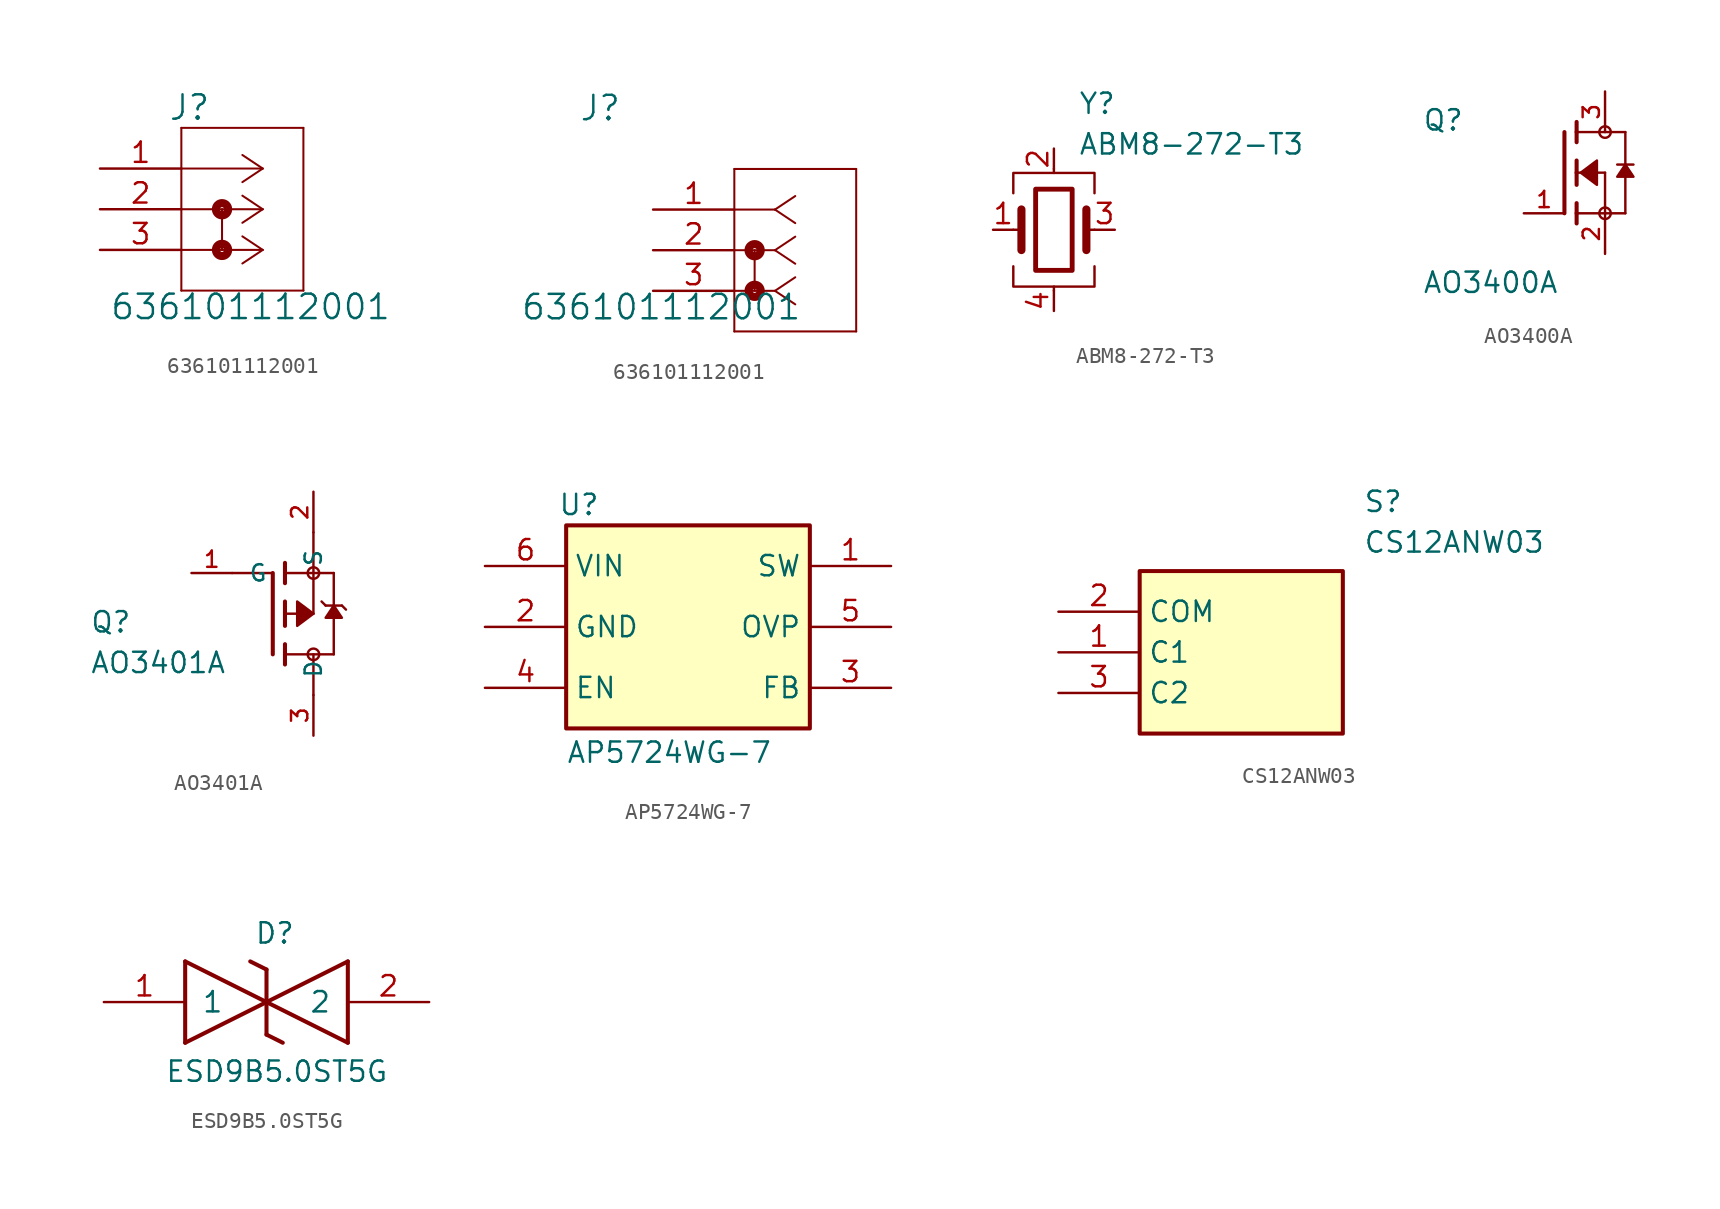
<source format=kicad_sym>
(kicad_symbol_lib
  (version 20241209)
  (generator "kicad_symbol_editor")
  (generator_version "9.0")
  (symbol "636101112001"
    (pin_names
      (offset 0.254)
      (hide yes))
    (property "Reference" "J"
      (at -3.302 6.35 0)
      (effects (font (size 1.524 1.524))))
    (property "Value" "636101112001"
      (at 0.508 -6.096 0)
      (effects (font (size 1.524 1.524))))
    (symbol "636101112001_1_1"
      (polyline (pts (xy -3.81 5.08) (xy -3.81 -5.08)) (stroke (width 0.127) (type default)) (fill (type none)))
      (polyline (pts (xy -3.81 -5.08) (xy 3.81 -5.08)) (stroke (width 0.127) (type default)) (fill (type none)))
      (circle (center -1.27 0) (radius 0.127) (stroke (width 0.508) (type default)) (fill (type none)))
      (polyline (pts (xy -1.27 0) (xy -1.27 -2.54)) (stroke (width 0.127) (type default)) (fill (type none)))
      (circle (center -1.27 -2.54) (radius 0.127) (stroke (width 0.508) (type default)) (fill (type none)))
      (polyline (pts (xy 1.27 2.54) (xy -3.81 2.54)) (stroke (width 0.127) (type default)) (fill (type none)))
      (polyline (pts (xy 1.27 2.54) (xy 0 3.387)) (stroke (width 0.127) (type default)) (fill (type none)))
      (polyline (pts (xy 1.27 2.54) (xy 0 1.693)) (stroke (width 0.127) (type default)) (fill (type none)))
      (polyline (pts (xy 1.27 0) (xy -3.81 0)) (stroke (width 0.127) (type default)) (fill (type none)))
      (polyline (pts (xy 1.27 0) (xy 0 0.847)) (stroke (width 0.127) (type default)) (fill (type none)))
      (polyline (pts (xy 1.27 0) (xy 0 -0.847)) (stroke (width 0.127) (type default)) (fill (type none)))
      (polyline (pts (xy 1.27 -2.54) (xy -3.81 -2.54)) (stroke (width 0.127) (type default)) (fill (type none)))
      (polyline (pts (xy 1.27 -2.54) (xy 0 -1.693)) (stroke (width 0.127) (type default)) (fill (type none)))
      (polyline (pts (xy 1.27 -2.54) (xy 0 -3.387)) (stroke (width 0.127) (type default)) (fill (type none)))
      (polyline (pts (xy 3.81 5.08) (xy -3.81 5.08)) (stroke (width 0.127) (type default)) (fill (type none)))
      (polyline (pts (xy 3.81 -5.08) (xy 3.81 5.08)) (stroke (width 0.127) (type default)) (fill (type none)))
      (pin passive line (at -8.89 2.54 0) (length 5.08) (name "SIGNAL" (effects (font (size 1.27 1.27)))) (number "1" (effects (font (size 1.27 1.27)))))
      (pin passive line (at -8.89 0 0) (length 5.08) (name "GND" (effects (font (size 1.27 1.27)))) (number "2" (effects (font (size 1.27 1.27)))))
      (pin passive line (at -8.89 -2.54 0) (length 5.08) (name "GND" (effects (font (size 1.27 1.27)))) (number "3" (effects (font (size 1.27 1.27))))))
    (symbol "636101112001_1_2"
      (polyline (pts (xy 5.08 2.54) (xy 5.08 -7.62)) (stroke (width 0.127) (type default)) (fill (type none)))
      (polyline (pts (xy 5.08 -7.62) (xy 12.7 -7.62)) (stroke (width 0.127) (type default)) (fill (type none)))
      (polyline (pts (xy 6.35 -2.54) (xy 6.35 -5.08)) (stroke (width 0.127) (type default)) (fill (type none)))
      (circle (center 6.35 -2.54) (radius 0.127) (stroke (width 0.508) (type default)) (fill (type none)))
      (circle (center 6.35 -5.08) (radius 0.127) (stroke (width 0.508) (type default)) (fill (type none)))
      (polyline (pts (xy 7.62 0) (xy 5.08 0)) (stroke (width 0.127) (type default)) (fill (type none)))
      (polyline (pts (xy 7.62 0) (xy 8.89 0.847)) (stroke (width 0.127) (type default)) (fill (type none)))
      (polyline (pts (xy 7.62 0) (xy 8.89 -0.847)) (stroke (width 0.127) (type default)) (fill (type none)))
      (polyline (pts (xy 7.62 -2.54) (xy 5.08 -2.54)) (stroke (width 0.127) (type default)) (fill (type none)))
      (polyline (pts (xy 7.62 -2.54) (xy 8.89 -1.693)) (stroke (width 0.127) (type default)) (fill (type none)))
      (polyline (pts (xy 7.62 -2.54) (xy 8.89 -3.387)) (stroke (width 0.127) (type default)) (fill (type none)))
      (polyline (pts (xy 7.62 -5.08) (xy 5.08 -5.08)) (stroke (width 0.127) (type default)) (fill (type none)))
      (polyline (pts (xy 7.62 -5.08) (xy 8.89 -4.233)) (stroke (width 0.127) (type default)) (fill (type none)))
      (polyline (pts (xy 7.62 -5.08) (xy 8.89 -5.927)) (stroke (width 0.127) (type default)) (fill (type none)))
      (polyline (pts (xy 12.7 2.54) (xy 5.08 2.54)) (stroke (width 0.127) (type default)) (fill (type none)))
      (polyline (pts (xy 12.7 -7.62) (xy 12.7 2.54)) (stroke (width 0.127) (type default)) (fill (type none)))
      (pin unspecified line (at 0 0 0) (length 5.08) (name "SIGNAL" (effects (font (size 1.27 1.27)))) (number "1" (effects (font (size 1.27 1.27)))))
      (pin unspecified line (at 0 -2.54 0) (length 5.08) (name "GND" (effects (font (size 1.27 1.27)))) (number "2" (effects (font (size 1.27 1.27)))))
      (pin unspecified line (at 0 -5.08 0) (length 5.08) (name "GND" (effects (font (size 1.27 1.27)))) (number "3" (effects (font (size 1.27 1.27)))))))
  (symbol "ABM8-272-T3"
    (pin_names
      (hide yes))
    (property "Reference" "Y"
      (at 1.524 8.636 0)
      (effects (font (size 1.27 1.27)) (justify left top)))
    (property "Value" "ABM8-272-T3"
      (at 1.524 6.096 0)
      (effects (font (size 1.27 1.27)) (justify left top)))
    (symbol "ABM8-272-T3_0_1"
      (polyline (pts (xy -2.54 2.286) (xy -2.54 3.556) (xy 2.54 3.556) (xy 2.54 2.286)) (stroke (width 0) (type default)) (fill (type none)))
      (polyline (pts (xy -2.54 0) (xy -2.032 0)) (stroke (width 0) (type default)) (fill (type none)))
      (polyline (pts (xy -2.54 -2.286) (xy -2.54 -3.556) (xy 2.54 -3.556) (xy 2.54 -2.286)) (stroke (width 0) (type default)) (fill (type none)))
      (polyline (pts (xy -2.032 -1.27) (xy -2.032 1.27)) (stroke (width 0.508) (type default)) (fill (type none)))
      (rectangle (start -1.143 2.54) (end 1.143 -2.54) (stroke (width 0.305) (type default)) (fill (type none)))
      (polyline (pts (xy 0 3.556) (xy 0 3.81)) (stroke (width 0) (type default)) (fill (type none)))
      (polyline (pts (xy 0 -3.81) (xy 0 -3.556)) (stroke (width 0) (type default)) (fill (type none)))
      (polyline (pts (xy 2.032 0) (xy 2.54 0)) (stroke (width 0) (type default)) (fill (type none)))
      (polyline (pts (xy 2.032 -1.27) (xy 2.032 1.27)) (stroke (width 0.508) (type default)) (fill (type none))))
    (symbol "ABM8-272-T3_1_1"
      (pin passive line (at -3.81 0 0) (length 1.27) (name "1" (effects (font (size 1.27 1.27)))) (number "1" (effects (font (size 1.27 1.27)))))
      (pin passive line (at 0 5.08 270) (length 1.27) (name "2" (effects (font (size 1.27 1.27)))) (number "2" (effects (font (size 1.27 1.27)))))
      (pin passive line (at 0 -5.08 90) (length 1.27) (name "4" (effects (font (size 1.27 1.27)))) (number "4" (effects (font (size 1.27 1.27)))))
      (pin passive line (at 3.81 0 180) (length 1.27) (name "3" (effects (font (size 1.27 1.27)))) (number "3" (effects (font (size 1.27 1.27)))))))
  (symbol "AO3400A"
    (pin_names
      (offset 1.016))
    (property "Reference" "Q"
      (at -8.89 2.54 0)
      (effects (font (size 1.27 1.27)) (justify left bottom)))
    (property "Value" "AO3400A"
      (at -8.89 -7.62 0)
      (effects (font (size 1.27 1.27)) (justify left bottom)))
    (symbol "AO3400A_0_0"
      (polyline (pts (xy 0 2.54) (xy 0 -2.54)) (stroke (width 0.254) (type default)) (fill (type none)))
      (polyline (pts (xy 0.762 3.175) (xy 0.762 2.54)) (stroke (width 0.254) (type default)) (fill (type none)))
      (polyline (pts (xy 0.762 2.54) (xy 0.762 1.905)) (stroke (width 0.254) (type default)) (fill (type none)))
      (polyline (pts (xy 0.762 2.54) (xy 3.81 2.54)) (stroke (width 0.152) (type default)) (fill (type none)))
      (polyline (pts (xy 0.762 0.762) (xy 0.762 0)) (stroke (width 0.254) (type default)) (fill (type none)))
      (polyline (pts (xy 0.762 0) (xy 0.762 -0.762)) (stroke (width 0.254) (type default)) (fill (type none)))
      (polyline (pts (xy 0.762 0) (xy 2.54 0)) (stroke (width 0.152) (type default)) (fill (type none)))
      (polyline (pts (xy 0.762 -1.905) (xy 0.762 -2.54)) (stroke (width 0.254) (type default)) (fill (type none)))
      (polyline (pts (xy 0.762 -2.54) (xy 0.762 -3.175)) (stroke (width 0.254) (type default)) (fill (type none)))
      (polyline (pts (xy 1.016 0) (xy 2.032 0.762) (xy 2.032 -0.762) (xy 1.016 0)) (stroke (width 0.152) (type default)) (fill (type outline)))
      (circle (center 2.54 2.54) (radius 0.359) (stroke (width 0) (type default)) (fill (type none)))
      (polyline (pts (xy 2.54 0) (xy 2.54 -2.54)) (stroke (width 0.152) (type default)) (fill (type none)))
      (polyline (pts (xy 2.54 -2.54) (xy 0.762 -2.54)) (stroke (width 0.152) (type default)) (fill (type none)))
      (polyline (pts (xy 2.54 -2.54) (xy 3.81 -2.54)) (stroke (width 0.152) (type default)) (fill (type none)))
      (circle (center 2.54 -2.54) (radius 0.359) (stroke (width 0) (type default)) (fill (type none)))
      (polyline (pts (xy 3.81 2.54) (xy 3.81 0.508)) (stroke (width 0.152) (type default)) (fill (type none)))
      (polyline (pts (xy 3.81 0.508) (xy 3.302 0.508)) (stroke (width 0.152) (type default)) (fill (type none)))
      (polyline (pts (xy 3.81 0.508) (xy 3.81 -2.54)) (stroke (width 0.152) (type default)) (fill (type none)))
      (polyline (pts (xy 3.81 0.508) (xy 3.302 -0.254) (xy 4.318 -0.254) (xy 3.81 0.508)) (stroke (width 0.152) (type default)) (fill (type outline)))
      (polyline (pts (xy 4.318 0.508) (xy 3.81 0.508)) (stroke (width 0.152) (type default)) (fill (type none)))
      (pin passive line (at -2.54 -2.54 0) (length 2.54) (name "~" (effects (font (size 1.016 1.016)))) (number "1" (effects (font (size 1.016 1.016)))))
      (pin passive line (at 2.54 5.08 270) (length 2.54) (name "~" (effects (font (size 1.016 1.016)))) (number "3" (effects (font (size 1.016 1.016)))))
      (pin passive line (at 2.54 -5.08 90) (length 2.54) (name "~" (effects (font (size 1.016 1.016)))) (number "2" (effects (font (size 1.016 1.016)))))))
  (symbol "AO3401A"
    (pin_names
      (offset 1.016))
    (property "Reference" "Q"
      (at -13.97 -1.27 0)
      (effects (font (size 1.27 1.27)) (justify left bottom)))
    (property "Value" "AO3401A"
      (at -13.97 -3.81 0)
      (effects (font (size 1.27 1.27)) (justify left bottom)))
    (symbol "AO3401A_0_0"
      (polyline (pts (xy -2.54 -2.54) (xy -2.54 2.54)) (stroke (width 0.254) (type default)) (fill (type none)))
      (polyline (pts (xy -1.778 2.54) (xy -1.778 3.175)) (stroke (width 0.254) (type default)) (fill (type none)))
      (polyline (pts (xy -1.778 1.905) (xy -1.778 2.54)) (stroke (width 0.254) (type default)) (fill (type none)))
      (polyline (pts (xy -1.778 0) (xy -1.778 0.762)) (stroke (width 0.254) (type default)) (fill (type none)))
      (polyline (pts (xy -1.778 0) (xy 0 0)) (stroke (width 0.152) (type default)) (fill (type none)))
      (polyline (pts (xy -1.778 -0.762) (xy -1.778 0)) (stroke (width 0.254) (type default)) (fill (type none)))
      (polyline (pts (xy -1.778 -2.54) (xy -1.778 -1.905)) (stroke (width 0.254) (type default)) (fill (type none)))
      (polyline (pts (xy -1.778 -2.54) (xy 1.27 -2.54)) (stroke (width 0.152) (type default)) (fill (type none)))
      (polyline (pts (xy -1.778 -3.175) (xy -1.778 -2.54)) (stroke (width 0.254) (type default)) (fill (type none)))
      (circle (center 0 2.54) (radius 0.359) (stroke (width 0) (type default)) (fill (type none)))
      (polyline (pts (xy 0 2.54) (xy -1.778 2.54)) (stroke (width 0.152) (type default)) (fill (type none)))
      (polyline (pts (xy 0 2.54) (xy 1.27 2.54)) (stroke (width 0.152) (type default)) (fill (type none)))
      (polyline (pts (xy 0 0) (xy 0 2.54)) (stroke (width 0.152) (type default)) (fill (type none)))
      (polyline (pts (xy 0 0) (xy -1.016 0.762) (xy -1.016 -0.762) (xy 0 0)) (stroke (width 0.152) (type default)) (fill (type outline)))
      (circle (center 0 -2.54) (radius 0.359) (stroke (width 0) (type default)) (fill (type none)))
      (polyline (pts (xy 0.508 0.762) (xy 0.762 0.508)) (stroke (width 0.152) (type default)) (fill (type none)))
      (polyline (pts (xy 0.762 0.508) (xy 1.27 0.508)) (stroke (width 0.152) (type default)) (fill (type none)))
      (polyline (pts (xy 1.27 0.508) (xy 1.27 2.54)) (stroke (width 0.152) (type default)) (fill (type none)))
      (polyline (pts (xy 1.27 0.508) (xy 1.778 0.508)) (stroke (width 0.152) (type default)) (fill (type none)))
      (polyline (pts (xy 1.27 0.508) (xy 1.778 -0.254) (xy 0.762 -0.254) (xy 1.27 0.508)) (stroke (width 0.152) (type default)) (fill (type outline)))
      (polyline (pts (xy 1.27 -2.54) (xy 1.27 0.508)) (stroke (width 0.152) (type default)) (fill (type none)))
      (polyline (pts (xy 1.778 0.508) (xy 2.032 0.254)) (stroke (width 0.152) (type default)) (fill (type none))))
    (symbol "AO3401A_0_1"
      (polyline (pts (xy -5.08 2.54) (xy -2.54 2.54)) (stroke (width 0) (type default)) (fill (type none)))
      (polyline (pts (xy 0 5.08) (xy 0 2.54)) (stroke (width 0) (type default)) (fill (type none)))
      (polyline (pts (xy 0 -2.54) (xy 0 -5.08)) (stroke (width 0) (type default)) (fill (type none))))
    (symbol "AO3401A_1_0"
      (pin passive line (at -7.62 2.54 0) (length 2.54) (name "G" (effects (font (size 1.016 1.016)))) (number "1" (effects (font (size 1.016 1.016)))))
      (pin passive line (at 0 7.62 270) (length 2.54) (name "S" (effects (font (size 1.016 1.016)))) (number "2" (effects (font (size 1.016 1.016)))))
      (pin passive line (at 0 -7.62 90) (length 2.54) (name "D" (effects (font (size 1.016 1.016)))) (number "3" (effects (font (size 1.016 1.016)))))))
  (symbol "AP5724WG-7"
    (property "Reference" "U"
      (at -8.128 7.112 0)
      (effects (font (size 1.27 1.27)) (justify left top)))
    (property "Value" "AP5724WG-7"
      (at -7.62 -8.382 0)
      (effects (font (size 1.27 1.27)) (justify left top)))
    (symbol "AP5724WG-7_1_1"
      (rectangle (start -7.62 5.08) (end 7.62 -7.62) (stroke (width 0.254) (type default)) (fill (type background)))
      (pin passive line (at -12.7 2.54 0) (length 5.08) (name "VIN" (effects (font (size 1.27 1.27)))) (number "6" (effects (font (size 1.27 1.27)))))
      (pin passive line (at -12.7 -1.27 0) (length 5.08) (name "GND" (effects (font (size 1.27 1.27)))) (number "2" (effects (font (size 1.27 1.27)))))
      (pin passive line (at -12.7 -5.08 0) (length 5.08) (name "EN" (effects (font (size 1.27 1.27)))) (number "4" (effects (font (size 1.27 1.27)))))
      (pin passive line (at 12.7 2.54 180) (length 5.08) (name "SW" (effects (font (size 1.27 1.27)))) (number "1" (effects (font (size 1.27 1.27)))))
      (pin passive line (at 12.7 -1.27 180) (length 5.08) (name "OVP" (effects (font (size 1.27 1.27)))) (number "5" (effects (font (size 1.27 1.27)))))
      (pin passive line (at 12.7 -5.08 180) (length 5.08) (name "FB" (effects (font (size 1.27 1.27)))) (number "3" (effects (font (size 1.27 1.27)))))))
  (symbol "CS12ANW03"
    (property "Reference" "S"
      (at 19.05 7.62 0)
      (effects (font (size 1.27 1.27)) (justify left top)))
    (property "Value" "CS12ANW03"
      (at 19.05 5.08 0)
      (effects (font (size 1.27 1.27)) (justify left top)))
    (symbol "CS12ANW03_1_1"
      (rectangle (start 5.08 2.54) (end 17.78 -7.62) (stroke (width 0.254) (type default)) (fill (type background)))
      (pin passive line (at 0 0 0) (length 5.08) (name "COM" (effects (font (size 1.27 1.27)))) (number "2" (effects (font (size 1.27 1.27)))))
      (pin passive line (at 0 -2.54 0) (length 5.08) (name "C1" (effects (font (size 1.27 1.27)))) (number "1" (effects (font (size 1.27 1.27)))))
      (pin passive line (at 0 -5.08 0) (length 5.08) (name "C2" (effects (font (size 1.27 1.27)))) (number "3" (effects (font (size 1.27 1.27)))))))
  (symbol "ESD9B5.0ST5G"
    (pin_names
      (offset 1.016))
    (property "Reference" "D"
      (at -0.762 3.556 0)
      (effects (font (size 1.27 1.27)) (justify left bottom)))
    (property "Value" "ESD9B5.0ST5G"
      (at -6.35 -5.08 0)
      (effects (font (size 1.27 1.27)) (justify left bottom)))
    (symbol "ESD9B5.0ST5G_1_1"
      (polyline (pts (xy -5.08 2.54) (xy -5.08 -2.54)) (stroke (width 0.254) (type default)) (fill (type none)))
      (polyline (pts (xy -5.08 2.54) (xy 0 0)) (stroke (width 0.254) (type default)) (fill (type none)))
      (polyline (pts (xy -1.016 2.54) (xy 0 2.032)) (stroke (width 0.254) (type default)) (fill (type none)))
      (polyline (pts (xy 0 0) (xy -5.08 -2.54)) (stroke (width 0.254) (type default)) (fill (type none)))
      (polyline (pts (xy 0 0) (xy 5.08 -2.54)) (stroke (width 0.254) (type default)) (fill (type none)))
      (polyline (pts (xy 0 -2.032) (xy 0 2.032)) (stroke (width 0.254) (type default)) (fill (type none)))
      (polyline (pts (xy 0 -2.032) (xy 1.016 -2.54)) (stroke (width 0.254) (type default)) (fill (type none)))
      (polyline (pts (xy 5.08 2.54) (xy 0 0)) (stroke (width 0.254) (type default)) (fill (type none)))
      (polyline (pts (xy 5.08 2.54) (xy 5.08 -2.54)) (stroke (width 0.254) (type default)) (fill (type none)))
      (pin passive line (at -10.16 0 0) (length 5.08) (name "1" (effects (font (size 1.27 1.27)))) (number "1" (effects (font (size 1.27 1.27)))))
      (pin passive line (at 10.16 0 180) (length 5.08) (name "2" (effects (font (size 1.27 1.27)))) (number "2" (effects (font (size 1.27 1.27))))))))
</source>
